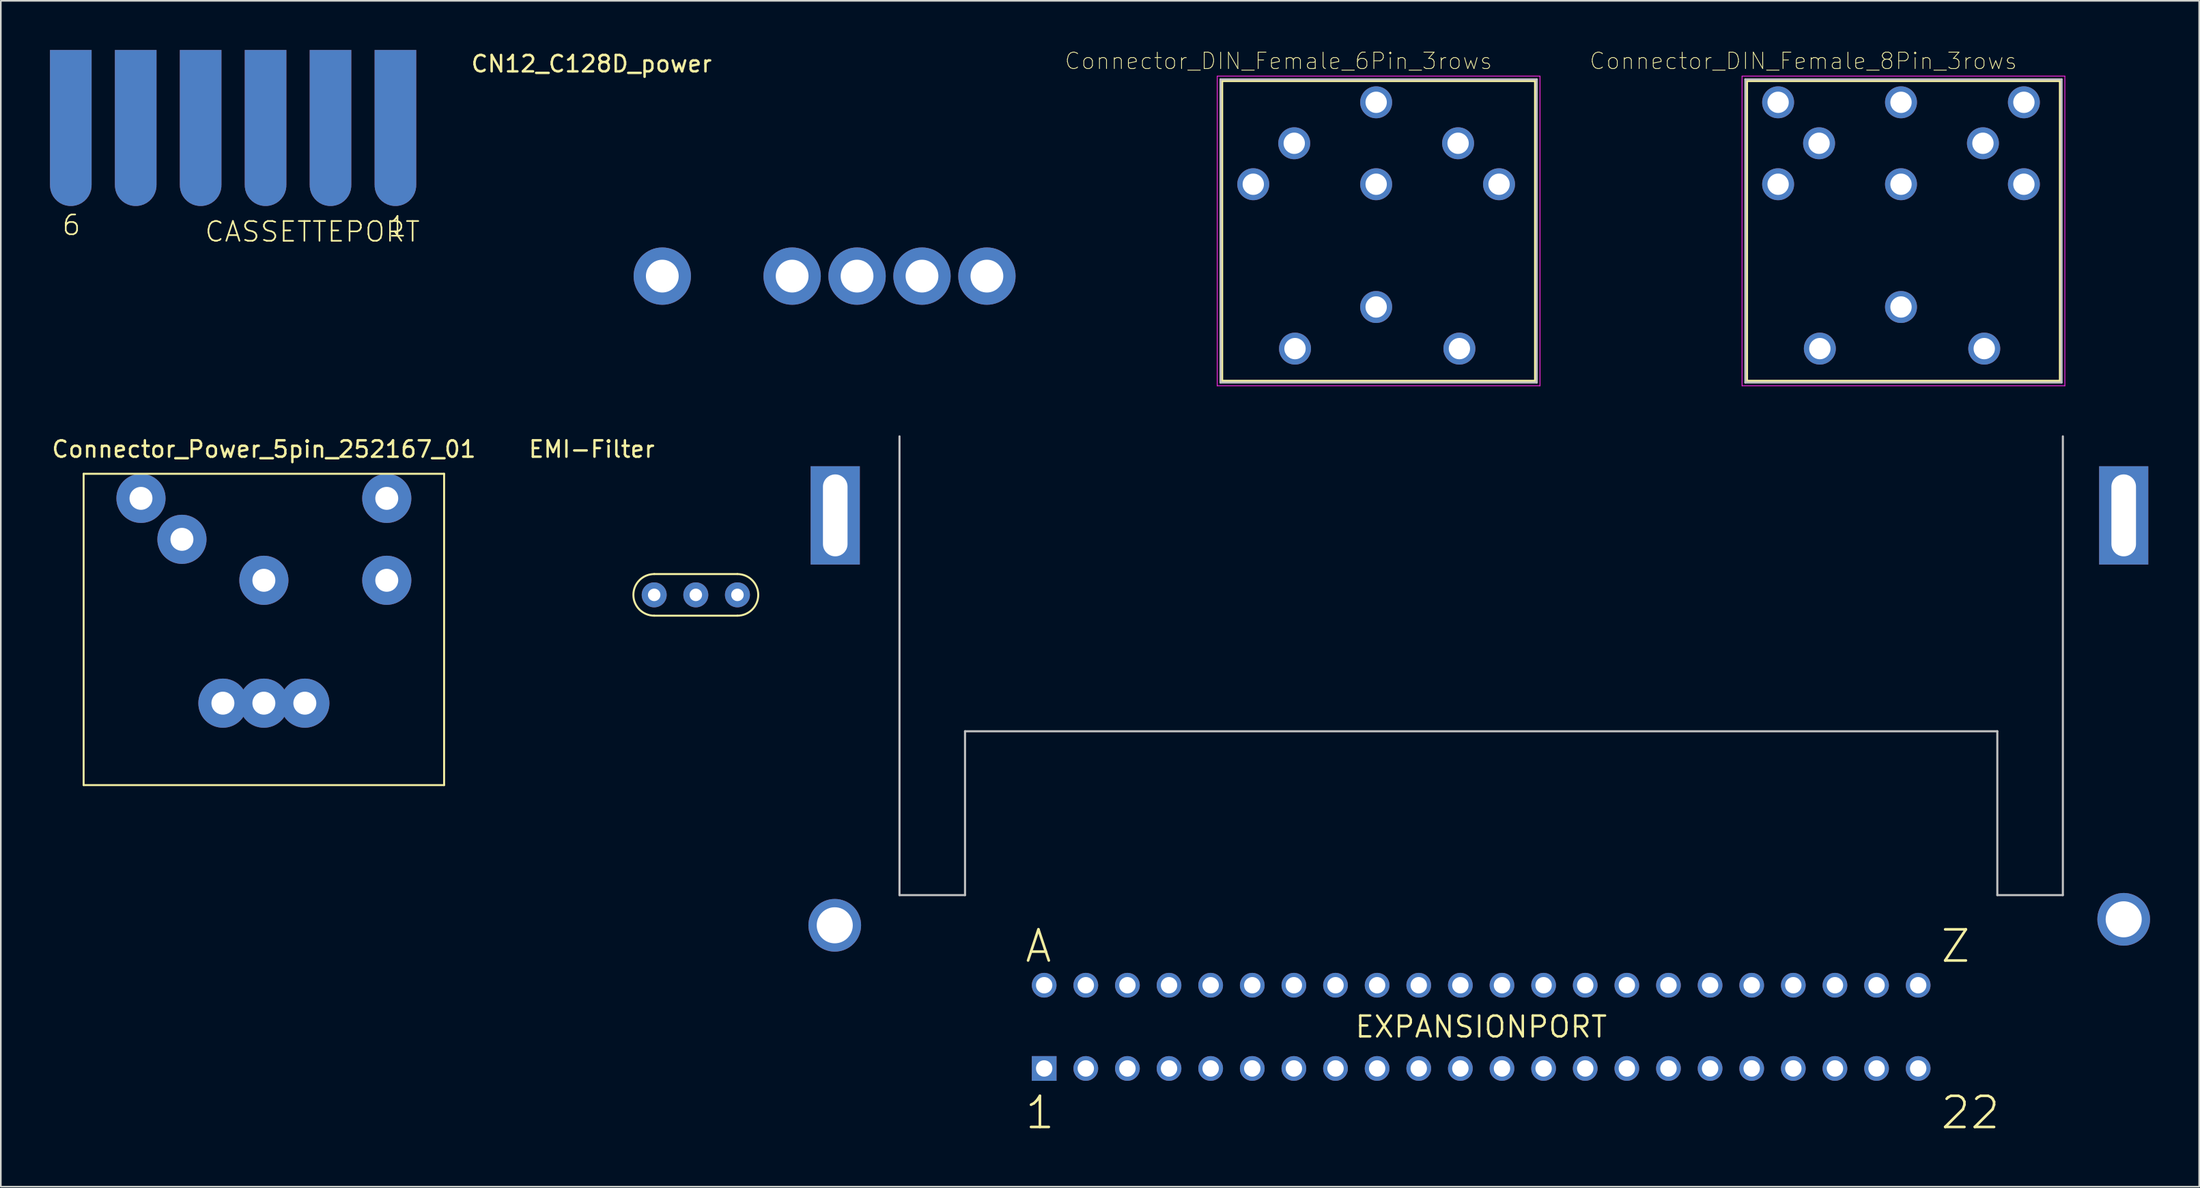
<source format=kicad_pcb>
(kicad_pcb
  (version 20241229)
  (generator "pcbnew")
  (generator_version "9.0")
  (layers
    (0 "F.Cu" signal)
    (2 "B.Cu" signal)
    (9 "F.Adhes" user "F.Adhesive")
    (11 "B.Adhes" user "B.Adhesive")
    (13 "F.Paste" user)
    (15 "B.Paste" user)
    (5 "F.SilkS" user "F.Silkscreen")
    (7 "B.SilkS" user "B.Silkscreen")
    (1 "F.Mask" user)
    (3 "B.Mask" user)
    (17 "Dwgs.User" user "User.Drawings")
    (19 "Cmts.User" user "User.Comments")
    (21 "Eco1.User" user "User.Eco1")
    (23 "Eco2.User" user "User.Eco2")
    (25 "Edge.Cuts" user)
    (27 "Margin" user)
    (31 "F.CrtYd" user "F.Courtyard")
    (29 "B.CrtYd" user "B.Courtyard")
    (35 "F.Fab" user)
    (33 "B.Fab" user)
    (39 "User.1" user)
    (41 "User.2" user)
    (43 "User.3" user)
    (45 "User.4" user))
  (footprint "Connector_DIN_Female_6Pin_3rows"
    (layer "F.Cu")
    (at 80.936 8.194)
    (property "Reference" "Connector_DIN_Female_6Pin_3rows" (at -5.96 -7.52 180) (layer "F.SilkS") (effects (font (size 1.002 1.002) (thickness 0.05))))
    (attr through_hole)
    (fp_line (start -9.4 -6.3) (end -9.4 12) (stroke (width 0.127) (type solid)) (layer "F.SilkS"))
    (fp_line (start -9.4 -6.3) (end 9.7 -6.3) (stroke (width 0.127) (type solid)) (layer "F.SilkS"))
    (fp_line (start -9.4 12) (end 9.7 12) (stroke (width 0.127) (type solid)) (layer "F.SilkS"))
    (fp_line (start 9.7 12) (end 9.7 -6.3) (stroke (width 0.127) (type solid)) (layer "F.SilkS"))
    (fp_line (start -9.5 -6.4) (end -9.5 12.1) (stroke (width 0.127) (type solid)) (layer "Dwgs.User"))
    (fp_line (start -9.5 12.1) (end 9.8 12.1) (stroke (width 0.127) (type solid)) (layer "Dwgs.User"))
    (fp_line (start 9.8 -6.4) (end -9.5 -6.4) (stroke (width 0.127) (type solid)) (layer "Dwgs.User"))
    (fp_line (start 9.8 12.1) (end 9.8 -6.4) (stroke (width 0.127) (type solid)) (layer "Dwgs.User"))
    (fp_line (start -9.7 -6.6) (end 10 -6.6) (stroke (width 0.05) (type solid)) (layer "F.CrtYd"))
    (fp_line (start -9.7 12.3) (end -9.7 -6.6) (stroke (width 0.05) (type solid)) (layer "F.CrtYd"))
    (fp_line (start 10 -6.6) (end 10 12.3) (stroke (width 0.05) (type solid)) (layer "F.CrtYd"))
    (fp_line (start 10 12.3) (end -9.7 12.3) (stroke (width 0.05) (type solid)) (layer "F.CrtYd"))
    (pad "1" thru_hole circle (at 7.5 0) (size 1.95 1.95) (drill 1.3) (layers "*.Cu" "*.Mask"))
    (pad "2" thru_hole circle (at 5 -2.5) (size 1.95 1.95) (drill 1.3) (layers "*.Cu" "*.Mask"))
    (pad "3" thru_hole circle (at 0 0) (size 1.95 1.95) (drill 1.3) (layers "*.Cu" "*.Mask"))
    (pad "4" thru_hole circle (at -5 -2.5) (size 1.95 1.95) (drill 1.3) (layers "*.Cu" "*.Mask"))
    (pad "5" thru_hole circle (at -7.5 0) (size 1.95 1.95) (drill 1.3) (layers "*.Cu" "*.Mask"))
    (pad "6" thru_hole circle (at 0 -5) (size 1.95 1.95) (drill 1.3) (layers "*.Cu" "*.Mask"))
    (pad "SH" thru_hole circle (at -4.953 10.033) (size 1.95 1.95) (drill 1.3) (layers "*.Cu" "*.Mask"))
    (pad "SH" thru_hole circle (at 0 7.493) (size 1.95 1.95) (drill 1.3) (layers "*.Cu" "*.Mask"))
    (pad "SH" thru_hole circle (at 5.08 10.033) (size 1.95 1.95) (drill 1.3) (layers "*.Cu" "*.Mask")))
  (footprint "EXPANSIONPORT"
    (layer "F.Cu")
    (at 87.345 59.622)
    (property "Reference" "EXPANSIONPORT" (at 0 0 0) (layer "F.SilkS") (effects (font (size 1.27 1.27) (thickness 0.15))))
    (attr through_hole)
    (fp_line (start -35.5 -36.04) (end -35.5 -8.04) (stroke (width 0.127) (type solid)) (layer "Dwgs.User"))
    (fp_line (start -35.5 -8.04) (end -31.5 -8.04) (stroke (width 0.127) (type solid)) (layer "Dwgs.User"))
    (fp_line (start -31.5 -8.04) (end -31.5 -18.04) (stroke (width 0.127) (type solid)) (layer "Dwgs.User"))
    (fp_line (start 31.5 -18.04) (end -31.5 -18.04) (stroke (width 0.127) (type solid)) (layer "Dwgs.User"))
    (fp_line (start 31.5 -8.04) (end 31.5 -18.04) (stroke (width 0.127) (type solid)) (layer "Dwgs.User"))
    (fp_line (start 31.5 -8.04) (end 35.5 -8.04) (stroke (width 0.127) (type solid)) (layer "Dwgs.User"))
    (fp_line (start 35.5 -36.04) (end 35.5 -8.04) (stroke (width 0.127) (type solid)) (layer "Dwgs.User"))
    (fp_text user "Z" (at 27.94 -3.81 0) (layer "F.SilkS") (effects (font (size 1.9 1.9) (thickness 0.16)) (justify left bottom)))
    (fp_text user "1" (at -27.94 6.35 0) (layer "F.SilkS") (effects (font (size 1.9 1.9) (thickness 0.16)) (justify left bottom)))
    (fp_text user "A" (at -27.94 -3.81 0) (layer "F.SilkS") (effects (font (size 1.9 1.9) (thickness 0.16)) (justify left bottom)))
    (fp_text user "22" (at 27.94 6.35 0) (layer "F.SilkS") (effects (font (size 1.9 1.9) (thickness 0.16)) (justify left bottom)))
    (pad "" np_thru_hole rect (at -39.421 -31.217) (size 3 6) (drill oval 1.5 5) (layers "*.Cu" "*.Mask"))
    (pad "" np_thru_hole rect (at 39.213 -31.217) (size 3 6) (drill oval 1.5 5) (layers "*.Cu" "*.Mask"))
    (pad "1" thru_hole rect (at -26.67 2.54) (size 1.508 1.508) (drill 1) (layers "*.Cu" "*.Mask"))
    (pad "2" thru_hole circle (at -24.13 2.54) (size 1.508 1.508) (drill 1) (layers "*.Cu" "*.Mask"))
    (pad "3" thru_hole circle (at -21.59 2.54) (size 1.508 1.508) (drill 1) (layers "*.Cu" "*.Mask"))
    (pad "4" thru_hole circle (at -19.05 2.54) (size 1.508 1.508) (drill 1) (layers "*.Cu" "*.Mask"))
    (pad "5" thru_hole circle (at -16.51 2.54) (size 1.508 1.508) (drill 1) (layers "*.Cu" "*.Mask"))
    (pad "6" thru_hole circle (at -13.97 2.54) (size 1.508 1.508) (drill 1) (layers "*.Cu" "*.Mask"))
    (pad "7" thru_hole circle (at -11.43 2.54) (size 1.508 1.508) (drill 1) (layers "*.Cu" "*.Mask"))
    (pad "8" thru_hole circle (at -8.89 2.54) (size 1.508 1.508) (drill 1) (layers "*.Cu" "*.Mask"))
    (pad "9" thru_hole circle (at -6.35 2.54) (size 1.508 1.508) (drill 1) (layers "*.Cu" "*.Mask"))
    (pad "10" thru_hole circle (at -3.81 2.54) (size 1.508 1.508) (drill 1) (layers "*.Cu" "*.Mask"))
    (pad "11" thru_hole circle (at -1.27 2.54) (size 1.508 1.508) (drill 1) (layers "*.Cu" "*.Mask"))
    (pad "12" thru_hole circle (at 1.27 2.54) (size 1.508 1.508) (drill 1) (layers "*.Cu" "*.Mask"))
    (pad "13" thru_hole circle (at 3.81 2.54) (size 1.508 1.508) (drill 1) (layers "*.Cu" "*.Mask"))
    (pad "14" thru_hole circle (at 6.35 2.54) (size 1.508 1.508) (drill 1) (layers "*.Cu" "*.Mask"))
    (pad "15" thru_hole circle (at 8.89 2.54) (size 1.508 1.508) (drill 1) (layers "*.Cu" "*.Mask"))
    (pad "16" thru_hole circle (at 11.43 2.54) (size 1.508 1.508) (drill 1) (layers "*.Cu" "*.Mask"))
    (pad "17" thru_hole circle (at 13.97 2.54) (size 1.508 1.508) (drill 1) (layers "*.Cu" "*.Mask"))
    (pad "18" thru_hole circle (at 16.51 2.54) (size 1.508 1.508) (drill 1) (layers "*.Cu" "*.Mask"))
    (pad "19" thru_hole circle (at 19.05 2.54) (size 1.508 1.508) (drill 1) (layers "*.Cu" "*.Mask"))
    (pad "20" thru_hole circle (at 21.59 2.54) (size 1.508 1.508) (drill 1) (layers "*.Cu" "*.Mask"))
    (pad "21" thru_hole circle (at 24.13 2.54) (size 1.508 1.508) (drill 1) (layers "*.Cu" "*.Mask"))
    (pad "22" thru_hole circle (at 26.67 2.54) (size 1.508 1.508) (drill 1) (layers "*.Cu" "*.Mask"))
    (pad "A" thru_hole circle (at -39.451 -6.198) (size 3.216 3.216) (drill 2.2) (layers "*.Cu" "*.Mask"))
    (pad "A" thru_hole circle (at -26.67 -2.54) (size 1.508 1.508) (drill 1) (layers "*.Cu" "*.Mask"))
    (pad "B" thru_hole circle (at -24.13 -2.54) (size 1.508 1.508) (drill 1) (layers "*.Cu" "*.Mask"))
    (pad "C" thru_hole circle (at -21.59 -2.54) (size 1.508 1.508) (drill 1) (layers "*.Cu" "*.Mask"))
    (pad "D" thru_hole circle (at -19.05 -2.54) (size 1.508 1.508) (drill 1) (layers "*.Cu" "*.Mask"))
    (pad "E" thru_hole circle (at -16.51 -2.54) (size 1.508 1.508) (drill 1) (layers "*.Cu" "*.Mask"))
    (pad "F" thru_hole circle (at -13.97 -2.54) (size 1.508 1.508) (drill 1) (layers "*.Cu" "*.Mask"))
    (pad "H" thru_hole circle (at -11.43 -2.54) (size 1.508 1.508) (drill 1) (layers "*.Cu" "*.Mask"))
    (pad "J" thru_hole circle (at -8.89 -2.54) (size 1.508 1.508) (drill 1) (layers "*.Cu" "*.Mask"))
    (pad "K" thru_hole circle (at -6.35 -2.54) (size 1.508 1.508) (drill 1) (layers "*.Cu" "*.Mask"))
    (pad "L" thru_hole circle (at -3.81 -2.54) (size 1.508 1.508) (drill 1) (layers "*.Cu" "*.Mask"))
    (pad "M" thru_hole circle (at -1.27 -2.54) (size 1.508 1.508) (drill 1) (layers "*.Cu" "*.Mask"))
    (pad "N" thru_hole circle (at 1.27 -2.54) (size 1.508 1.508) (drill 1) (layers "*.Cu" "*.Mask"))
    (pad "P" thru_hole circle (at 3.81 -2.54) (size 1.508 1.508) (drill 1) (layers "*.Cu" "*.Mask"))
    (pad "R" thru_hole circle (at 6.35 -2.54) (size 1.508 1.508) (drill 1) (layers "*.Cu" "*.Mask"))
    (pad "S" thru_hole circle (at 8.89 -2.54) (size 1.508 1.508) (drill 1) (layers "*.Cu" "*.Mask"))
    (pad "T" thru_hole circle (at 11.43 -2.54) (size 1.508 1.508) (drill 1) (layers "*.Cu" "*.Mask"))
    (pad "U" thru_hole circle (at 13.97 -2.54) (size 1.508 1.508) (drill 1) (layers "*.Cu" "*.Mask"))
    (pad "V" thru_hole circle (at 16.51 -2.54) (size 1.508 1.508) (drill 1) (layers "*.Cu" "*.Mask"))
    (pad "W" thru_hole circle (at 19.05 -2.54) (size 1.508 1.508) (drill 1) (layers "*.Cu" "*.Mask"))
    (pad "X" thru_hole circle (at 21.59 -2.54) (size 1.508 1.508) (drill 1) (layers "*.Cu" "*.Mask"))
    (pad "Y" thru_hole circle (at 24.13 -2.54) (size 1.508 1.508) (drill 1) (layers "*.Cu" "*.Mask"))
    (pad "Z" thru_hole circle (at 26.67 -2.54) (size 1.508 1.508) (drill 1) (layers "*.Cu" "*.Mask"))
    (pad "Z" thru_hole circle (at 39.213 -6.563) (size 3.216 3.216) (drill 2.2) (layers "*.Cu" "*.Mask")))
  (footprint "Connector_Power_5pin_252167_01"
    (layer "F.Cu")
    (at 13.054 35.367)
    (property "Reference" "Connector_Power_5pin_252167_01" (at 0 -11 0) (layer "F.SilkS") (effects (font (size 1 1) (thickness 0.15))))
    (attr through_hole)
    (fp_line (start -11 -9.5) (end 11 -9.5) (stroke (width 0.12) (type solid)) (layer "F.SilkS"))
    (fp_line (start -11 9.5) (end -11 -9.5) (stroke (width 0.12) (type solid)) (layer "F.SilkS"))
    (fp_line (start 11 -9.5) (end 11 9.5) (stroke (width 0.12) (type solid)) (layer "F.SilkS"))
    (fp_line (start 11 9.5) (end -11 9.5) (stroke (width 0.12) (type solid)) (layer "F.SilkS"))
    (pad "0" thru_hole circle (at -2.5 4.5) (size 3 3) (drill 1.4) (layers "*.Cu" "*.Mask"))
    (pad "0" thru_hole circle (at 0 4.5) (size 3 3) (drill 1.4) (layers "*.Cu" "*.Mask"))
    (pad "0" thru_hole circle (at 2.5 4.5) (size 3 3) (drill 1.4) (layers "*.Cu" "*.Mask"))
    (pad "1" thru_hole circle (at -5 -5.5) (size 3 3) (drill 1.4) (layers "*.Cu" "*.Mask"))
    (pad "2" thru_hole circle (at 7.5 -3) (size 3 3) (drill 1.4) (layers "*.Cu" "*.Mask"))
    (pad "3" thru_hole circle (at 7.5 -8) (size 3 3) (drill 1.4) (layers "*.Cu" "*.Mask"))
    (pad "4" thru_hole circle (at -7.5 -8) (size 3 3) (drill 1.4) (layers "*.Cu" "*.Mask"))
    (pad "5" thru_hole circle (at 0 -3) (size 3 3) (drill 1.4) (layers "*.Cu" "*.Mask")))
  (footprint "Connector_DIN_Female_8Pin_3rows"
    (layer "F.Cu")
    (at 112.967 8.194)
    (property "Reference" "Connector_DIN_Female_8Pin_3rows" (at -5.96 -7.52 180) (layer "F.SilkS") (effects (font (size 1.002 1.002) (thickness 0.05))))
    (attr through_hole)
    (fp_line (start -9.4 -6.3) (end -9.4 12) (stroke (width 0.127) (type solid)) (layer "F.SilkS"))
    (fp_line (start -9.4 -6.3) (end 9.7 -6.3) (stroke (width 0.127) (type solid)) (layer "F.SilkS"))
    (fp_line (start -9.4 12) (end 9.7 12) (stroke (width 0.127) (type solid)) (layer "F.SilkS"))
    (fp_line (start 9.7 12) (end 9.7 -6.3) (stroke (width 0.127) (type solid)) (layer "F.SilkS"))
    (fp_line (start -9.5 -6.4) (end -9.5 12.1) (stroke (width 0.127) (type solid)) (layer "Dwgs.User"))
    (fp_line (start -9.5 12.1) (end 9.8 12.1) (stroke (width 0.127) (type solid)) (layer "Dwgs.User"))
    (fp_line (start 9.8 -6.4) (end -9.5 -6.4) (stroke (width 0.127) (type solid)) (layer "Dwgs.User"))
    (fp_line (start 9.8 12.1) (end 9.8 -6.4) (stroke (width 0.127) (type solid)) (layer "Dwgs.User"))
    (fp_line (start -9.7 -6.6) (end 10 -6.6) (stroke (width 0.05) (type solid)) (layer "F.CrtYd"))
    (fp_line (start -9.7 12.3) (end -9.7 -6.6) (stroke (width 0.05) (type solid)) (layer "F.CrtYd"))
    (fp_line (start 10 -6.6) (end 10 12.3) (stroke (width 0.05) (type solid)) (layer "F.CrtYd"))
    (fp_line (start 10 12.3) (end -9.7 12.3) (stroke (width 0.05) (type solid)) (layer "F.CrtYd"))
    (pad "1" thru_hole circle (at 7.5 0) (size 1.95 1.95) (drill 1.3) (layers "*.Cu" "*.Mask"))
    (pad "2" thru_hole circle (at 0 0) (size 1.95 1.95) (drill 1.3) (layers "*.Cu" "*.Mask"))
    (pad "3" thru_hole circle (at -7.5 0) (size 1.95 1.95) (drill 1.3) (layers "*.Cu" "*.Mask"))
    (pad "4" thru_hole circle (at 5 -2.5) (size 1.95 1.95) (drill 1.3) (layers "*.Cu" "*.Mask"))
    (pad "5" thru_hole circle (at -5 -2.5) (size 1.95 1.95) (drill 1.3) (layers "*.Cu" "*.Mask"))
    (pad "6" thru_hole circle (at 0 -5) (size 1.95 1.95) (drill 1.3) (layers "*.Cu" "*.Mask"))
    (pad "7" thru_hole circle (at 7.5 -5) (size 1.95 1.95) (drill 1.3) (layers "*.Cu" "*.Mask"))
    (pad "8" thru_hole circle (at -7.5 -5) (size 1.95 1.95) (drill 1.3) (layers "*.Cu" "*.Mask"))
    (pad "SH" thru_hole circle (at -4.953 10.033) (size 1.95 1.95) (drill 1.3) (layers "*.Cu" "*.Mask"))
    (pad "SH" thru_hole circle (at 0 7.493) (size 1.95 1.95) (drill 1.3) (layers "*.Cu" "*.Mask"))
    (pad "SH" thru_hole circle (at 5.08 10.033) (size 1.95 1.95) (drill 1.3) (layers "*.Cu" "*.Mask")))
  (footprint "CASSETTEPORT"
    (layer "F.Cu")
    (at 11.176 8.255)
    (property "Reference" "CASSETTEPORT" (at -1.803 3.543 0) (layer "F.SilkS") (effects (font (size 1.206 1.206) (thickness 0.102)) (justify left bottom)))
    (attr through_hole)
    (fp_text user "1" (at 10.033 2.527 0) (layer "F.SilkS") (effects (font (size 1.206 1.206) (thickness 0.102))))
    (fp_text user "6" (at -9.868 2.438 0) (layer "F.SilkS") (effects (font (size 1.206 1.206) (thickness 0.102))))
    (pad "1" connect custom (at 9.906 0) (size 2.54 2.54) (layers "F.Cu" "F.Mask") (options (anchor circle)) (primitives (gr_poly (pts (xy -1.27 0) (xy 1.27 0) (xy 1.27 -8.255) (xy -1.27 -8.255)) (width 0) (fill yes))))
    (pad "2" connect custom (at 5.944 0) (size 2.54 2.54) (layers "F.Cu" "F.Mask") (options (anchor circle)) (primitives (gr_poly (pts (xy -1.27 0) (xy 1.27 0) (xy 1.27 -8.255) (xy -1.27 -8.255)) (width 0) (fill yes))))
    (pad "3" connect custom (at 1.981 0) (size 2.54 2.54) (layers "F.Cu" "F.Mask") (options (anchor circle)) (primitives (gr_poly (pts (xy -1.27 0) (xy 1.27 0) (xy 1.27 -8.255) (xy -1.27 -8.255)) (width 0) (fill yes))))
    (pad "4" connect custom (at -1.981 0) (size 2.54 2.54) (layers "F.Cu" "F.Mask") (options (anchor circle)) (primitives (gr_poly (pts (xy -1.27 0) (xy 1.27 0) (xy 1.27 -8.255) (xy -1.27 -8.255)) (width 0) (fill yes))))
    (pad "5" connect custom (at -5.944 0) (size 2.54 2.54) (layers "F.Cu" "F.Mask") (options (anchor circle)) (primitives (gr_poly (pts (xy -1.27 0) (xy 1.27 0) (xy 1.27 -8.255) (xy -1.27 -8.255)) (width 0) (fill yes))))
    (pad "6" connect custom (at -9.906 0) (size 2.54 2.54) (layers "F.Cu" "F.Mask") (options (anchor circle)) (primitives (gr_poly (pts (xy -1.27 0) (xy 1.27 0) (xy 1.27 -8.255) (xy -1.27 -8.255)) (width 0) (fill yes))))
    (pad "A" connect custom (at 9.906 0) (size 2.54 2.54) (layers "B.Cu" "B.Mask") (options (anchor circle)) (primitives (gr_poly (pts (xy -1.27 0) (xy 1.27 0) (xy 1.27 -8.255) (xy -1.27 -8.255)) (width 0) (fill yes))))
    (pad "B" connect custom (at 5.944 0) (size 2.54 2.54) (layers "B.Cu" "B.Mask") (options (anchor circle)) (primitives (gr_poly (pts (xy -1.27 0) (xy 1.27 0) (xy 1.27 -8.255) (xy -1.27 -8.255)) (width 0) (fill yes))))
    (pad "C" connect custom (at 1.981 0) (size 2.54 2.54) (layers "B.Cu" "B.Mask") (options (anchor circle)) (primitives (gr_poly (pts (xy -1.27 0) (xy 1.27 0) (xy 1.27 -8.255) (xy -1.27 -8.255)) (width 0) (fill yes))))
    (pad "D" connect custom (at -1.981 0) (size 2.54 2.54) (layers "B.Cu" "B.Mask") (options (anchor circle)) (primitives (gr_poly (pts (xy -1.27 0) (xy 1.27 0) (xy 1.27 -8.255) (xy -1.27 -8.255)) (width 0) (fill yes))))
    (pad "E" connect custom (at -5.944 0) (size 2.54 2.54) (layers "B.Cu" "B.Mask") (options (anchor circle)) (primitives (gr_poly (pts (xy -1.27 0) (xy 1.27 0) (xy 1.27 -8.255) (xy -1.27 -8.255)) (width 0) (fill yes))))
    (pad "F" connect custom (at -9.906 0) (size 2.54 2.54) (layers "B.Cu" "B.Mask") (options (anchor circle)) (primitives (gr_poly (pts (xy -1.27 0) (xy 1.27 0) (xy 1.27 -8.255) (xy -1.27 -8.255)) (width 0) (fill yes)))))
  (footprint "CN12_C128D_power"
    (layer "F.Cu")
    (at 41.052 13.675)
    (property "Reference" "CN12_C128D_power" (at -8.001 -12.827 180) (layer "F.SilkS") (effects (font (size 1 1) (thickness 0.15))))
    (attr through_hole)
    (pad "1" thru_hole circle (at -3.683 0.127) (size 3.5 3.5) (drill 2) (layers "*.Cu" "*.Mask"))
    (pad "3" thru_hole circle (at 4.242 0.127) (size 3.5 3.5) (drill 2) (layers "*.Cu" "*.Mask"))
    (pad "4" thru_hole circle (at 8.204 0.127) (size 3.5 3.5) (drill 2) (layers "*.Cu" "*.Mask"))
    (pad "5" thru_hole circle (at 12.167 0.127) (size 3.5 3.5) (drill 2) (layers "*.Cu" "*.Mask"))
    (pad "6" thru_hole circle (at 16.129 0.127) (size 3.5 3.5) (drill 2) (layers "*.Cu" "*.Mask")))
  (footprint "EMI-Filter"
    (layer "F.Cu")
    (at 36.875 33.257)
    (property "Reference" "EMI-Filter" (at -3.81 -8.89 0) (layer "F.SilkS") (effects (font (size 1 1) (thickness 0.15))))
    (attr through_hole)
    (fp_line (start 0 -1.27) (end 5.08 -1.27) (stroke (width 0.12) (type solid)) (layer "F.SilkS"))
    (fp_line (start 0 1.27) (end 5.08 1.27) (stroke (width 0.12) (type solid)) (layer "F.SilkS"))
    (fp_arc (start 0 1.27) (mid -1.27 0) (end 0 -1.27) (stroke (width 0.12) (type solid)) (layer "F.SilkS"))
    (fp_arc (start 5.08 -1.27) (mid 6.35 0) (end 5.08 1.27) (stroke (width 0.12) (type solid)) (layer "F.SilkS"))
    (pad "1" thru_hole circle (at 0 0) (size 1.524 1.524) (drill 0.762) (layers "*.Cu" "*.Mask"))
    (pad "2" thru_hole circle (at 2.54 0) (size 1.524 1.524) (drill 0.762) (layers "*.Cu" "*.Mask"))
    (pad "3" thru_hole circle (at 5.08 0) (size 1.524 1.524) (drill 0.762) (layers "*.Cu" "*.Mask")))
  (gr_rect
    (start -3 -3)
    (end 131.165 69.377)
    (stroke (width 0.1) (type default))
    (fill no)
    (layer "Edge.Cuts")))
</source>
